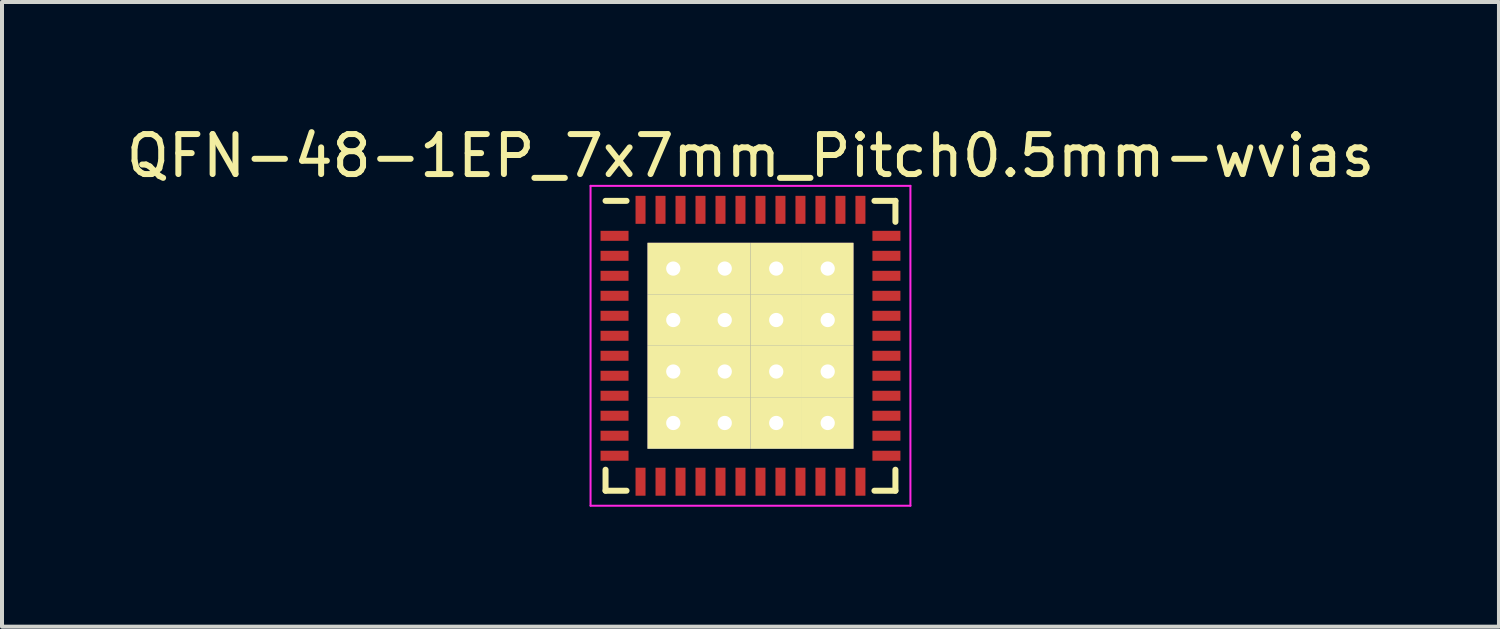
<source format=kicad_pcb>
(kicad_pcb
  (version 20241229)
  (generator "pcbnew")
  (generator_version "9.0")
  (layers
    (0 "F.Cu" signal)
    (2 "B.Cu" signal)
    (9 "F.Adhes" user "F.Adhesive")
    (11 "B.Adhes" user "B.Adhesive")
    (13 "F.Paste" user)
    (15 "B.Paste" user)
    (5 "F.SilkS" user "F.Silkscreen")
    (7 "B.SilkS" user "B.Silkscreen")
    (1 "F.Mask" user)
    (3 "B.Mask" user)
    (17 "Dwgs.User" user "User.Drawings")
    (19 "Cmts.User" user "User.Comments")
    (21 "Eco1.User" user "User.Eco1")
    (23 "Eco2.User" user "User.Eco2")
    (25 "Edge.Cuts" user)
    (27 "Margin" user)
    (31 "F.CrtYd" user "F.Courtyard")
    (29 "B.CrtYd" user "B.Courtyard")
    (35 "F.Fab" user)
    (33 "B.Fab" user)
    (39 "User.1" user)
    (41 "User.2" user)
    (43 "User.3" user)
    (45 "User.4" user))
  (footprint "QFN-48-1EP_7x7mm_Pitch0.5mm-wvias"
    (layer "F.Cu")
    (at 15.72 5.598)
    (property "Reference" "QFN-48-1EP_7x7mm_Pitch0.5mm-wvias" (at 0 -4.75 0) (layer "F.SilkS") (effects (font (size 1 1) (thickness 0.15))))
    (attr smd)
    (fp_line (start -3.625 -3.625) (end -3.1 -3.625) (stroke (width 0.15) (type solid)) (layer "F.SilkS"))
    (fp_line (start -3.625 3.625) (end -3.625 3.1) (stroke (width 0.15) (type solid)) (layer "F.SilkS"))
    (fp_line (start -3.625 3.625) (end -3.1 3.625) (stroke (width 0.15) (type solid)) (layer "F.SilkS"))
    (fp_line (start 3.625 -3.625) (end 3.1 -3.625) (stroke (width 0.15) (type solid)) (layer "F.SilkS"))
    (fp_line (start 3.625 -3.625) (end 3.625 -3.1) (stroke (width 0.15) (type solid)) (layer "F.SilkS"))
    (fp_line (start 3.625 3.625) (end 3.1 3.625) (stroke (width 0.15) (type solid)) (layer "F.SilkS"))
    (fp_line (start 3.625 3.625) (end 3.625 3.1) (stroke (width 0.15) (type solid)) (layer "F.SilkS"))
    (fp_line (start -4 -4) (end -4 4) (stroke (width 0.05) (type solid)) (layer "F.CrtYd"))
    (fp_line (start -4 -4) (end 4 -4) (stroke (width 0.05) (type solid)) (layer "F.CrtYd"))
    (fp_line (start -4 4) (end 4 4) (stroke (width 0.05) (type solid)) (layer "F.CrtYd"))
    (fp_line (start 4 -4) (end 4 4) (stroke (width 0.05) (type solid)) (layer "F.CrtYd"))
    (pad "1" smd rect (at -3.4 -2.75) (size 0.7 0.25) (layers "F.Cu" "F.Mask" "F.Paste"))
    (pad "2" smd rect (at -3.4 -2.25) (size 0.7 0.25) (layers "F.Cu" "F.Mask" "F.Paste"))
    (pad "3" smd rect (at -3.4 -1.75) (size 0.7 0.25) (layers "F.Cu" "F.Mask" "F.Paste"))
    (pad "4" smd rect (at -3.4 -1.25) (size 0.7 0.25) (layers "F.Cu" "F.Mask" "F.Paste"))
    (pad "5" smd rect (at -3.4 -0.75) (size 0.7 0.25) (layers "F.Cu" "F.Mask" "F.Paste"))
    (pad "6" smd rect (at -3.4 -0.25) (size 0.7 0.25) (layers "F.Cu" "F.Mask" "F.Paste"))
    (pad "7" smd rect (at -3.4 0.25) (size 0.7 0.25) (layers "F.Cu" "F.Mask" "F.Paste"))
    (pad "8" smd rect (at -3.4 0.75) (size 0.7 0.25) (layers "F.Cu" "F.Mask" "F.Paste"))
    (pad "9" smd rect (at -3.4 1.25) (size 0.7 0.25) (layers "F.Cu" "F.Mask" "F.Paste"))
    (pad "10" smd rect (at -3.4 1.75) (size 0.7 0.25) (layers "F.Cu" "F.Mask" "F.Paste"))
    (pad "11" smd rect (at -3.4 2.25) (size 0.7 0.25) (layers "F.Cu" "F.Mask" "F.Paste"))
    (pad "12" smd rect (at -3.4 2.75) (size 0.7 0.25) (layers "F.Cu" "F.Mask" "F.Paste"))
    (pad "13" smd rect (at -2.75 3.4 90) (size 0.7 0.25) (layers "F.Cu" "F.Mask" "F.Paste"))
    (pad "14" smd rect (at -2.25 3.4 90) (size 0.7 0.25) (layers "F.Cu" "F.Mask" "F.Paste"))
    (pad "15" smd rect (at -1.75 3.4 90) (size 0.7 0.25) (layers "F.Cu" "F.Mask" "F.Paste"))
    (pad "16" smd rect (at -1.25 3.4 90) (size 0.7 0.25) (layers "F.Cu" "F.Mask" "F.Paste"))
    (pad "17" smd rect (at -0.75 3.4 90) (size 0.7 0.25) (layers "F.Cu" "F.Mask" "F.Paste"))
    (pad "18" smd rect (at -0.25 3.4 90) (size 0.7 0.25) (layers "F.Cu" "F.Mask" "F.Paste"))
    (pad "19" smd rect (at 0.25 3.4 90) (size 0.7 0.25) (layers "F.Cu" "F.Mask" "F.Paste"))
    (pad "20" smd rect (at 0.75 3.4 90) (size 0.7 0.25) (layers "F.Cu" "F.Mask" "F.Paste"))
    (pad "21" smd rect (at 1.25 3.4 90) (size 0.7 0.25) (layers "F.Cu" "F.Mask" "F.Paste"))
    (pad "22" smd rect (at 1.75 3.4 90) (size 0.7 0.25) (layers "F.Cu" "F.Mask" "F.Paste"))
    (pad "23" smd rect (at 2.25 3.4 90) (size 0.7 0.25) (layers "F.Cu" "F.Mask" "F.Paste"))
    (pad "24" smd rect (at 2.75 3.4 90) (size 0.7 0.25) (layers "F.Cu" "F.Mask" "F.Paste"))
    (pad "25" smd rect (at 3.4 2.75) (size 0.7 0.25) (layers "F.Cu" "F.Mask" "F.Paste"))
    (pad "26" smd rect (at 3.4 2.25) (size 0.7 0.25) (layers "F.Cu" "F.Mask" "F.Paste"))
    (pad "27" smd rect (at 3.4 1.75) (size 0.7 0.25) (layers "F.Cu" "F.Mask" "F.Paste"))
    (pad "28" smd rect (at 3.4 1.25) (size 0.7 0.25) (layers "F.Cu" "F.Mask" "F.Paste"))
    (pad "29" smd rect (at 3.4 0.75) (size 0.7 0.25) (layers "F.Cu" "F.Mask" "F.Paste"))
    (pad "30" smd rect (at 3.4 0.25) (size 0.7 0.25) (layers "F.Cu" "F.Mask" "F.Paste"))
    (pad "31" smd rect (at 3.4 -0.25) (size 0.7 0.25) (layers "F.Cu" "F.Mask" "F.Paste"))
    (pad "32" smd rect (at 3.4 -0.75) (size 0.7 0.25) (layers "F.Cu" "F.Mask" "F.Paste"))
    (pad "33" smd rect (at 3.4 -1.25) (size 0.7 0.25) (layers "F.Cu" "F.Mask" "F.Paste"))
    (pad "34" smd rect (at 3.4 -1.75) (size 0.7 0.25) (layers "F.Cu" "F.Mask" "F.Paste"))
    (pad "35" smd rect (at 3.4 -2.25) (size 0.7 0.25) (layers "F.Cu" "F.Mask" "F.Paste"))
    (pad "36" smd rect (at 3.4 -2.75) (size 0.7 0.25) (layers "F.Cu" "F.Mask" "F.Paste"))
    (pad "37" smd rect (at 2.75 -3.4 90) (size 0.7 0.25) (layers "F.Cu" "F.Mask" "F.Paste"))
    (pad "38" smd rect (at 2.25 -3.4 90) (size 0.7 0.25) (layers "F.Cu" "F.Mask" "F.Paste"))
    (pad "39" smd rect (at 1.75 -3.4 90) (size 0.7 0.25) (layers "F.Cu" "F.Mask" "F.Paste"))
    (pad "40" smd rect (at 1.25 -3.4 90) (size 0.7 0.25) (layers "F.Cu" "F.Mask" "F.Paste"))
    (pad "41" smd rect (at 0.75 -3.4 90) (size 0.7 0.25) (layers "F.Cu" "F.Mask" "F.Paste"))
    (pad "42" smd rect (at 0.25 -3.4 90) (size 0.7 0.25) (layers "F.Cu" "F.Mask" "F.Paste"))
    (pad "43" smd rect (at -0.25 -3.4 90) (size 0.7 0.25) (layers "F.Cu" "F.Mask" "F.Paste"))
    (pad "44" smd rect (at -0.75 -3.4 90) (size 0.7 0.25) (layers "F.Cu" "F.Mask" "F.Paste"))
    (pad "45" smd rect (at -1.25 -3.4 90) (size 0.7 0.25) (layers "F.Cu" "F.Mask" "F.Paste"))
    (pad "46" smd rect (at -1.75 -3.4 90) (size 0.7 0.25) (layers "F.Cu" "F.Mask" "F.Paste"))
    (pad "47" smd rect (at -2.25 -3.4 90) (size 0.7 0.25) (layers "F.Cu" "F.Mask" "F.Paste"))
    (pad "48" smd rect (at -2.75 -3.4 90) (size 0.7 0.25) (layers "F.Cu" "F.Mask" "F.Paste"))
    (pad "49" thru_hole rect (at -1.931 -1.931) (size 1.288 1.288) (drill 0.356) (layers "*.Cu" "*.Mask" "F.SilkS"))
    (pad "49" thru_hole rect (at -1.931 -0.644) (size 1.288 1.288) (drill 0.356) (layers "*.Cu" "*.Mask" "F.SilkS"))
    (pad "49" thru_hole rect (at -1.931 0.644) (size 1.288 1.288) (drill 0.356) (layers "*.Cu" "*.Mask" "F.SilkS"))
    (pad "49" thru_hole rect (at -1.931 1.931) (size 1.288 1.288) (drill 0.356) (layers "*.Cu" "*.Mask" "F.SilkS"))
    (pad "49" thru_hole rect (at -0.644 -1.931) (size 1.288 1.288) (drill 0.356) (layers "*.Cu" "*.Mask" "F.SilkS"))
    (pad "49" thru_hole rect (at -0.644 -0.644) (size 1.288 1.288) (drill 0.356) (layers "*.Cu" "*.Mask" "F.SilkS"))
    (pad "49" thru_hole rect (at -0.644 0.644) (size 1.288 1.288) (drill 0.356) (layers "*.Cu" "*.Mask" "F.SilkS"))
    (pad "49" thru_hole rect (at -0.644 1.931) (size 1.288 1.288) (drill 0.356) (layers "*.Cu" "*.Mask" "F.SilkS"))
    (pad "49" thru_hole rect (at 0.644 -1.931) (size 1.288 1.288) (drill 0.356) (layers "*.Cu" "*.Mask" "F.SilkS"))
    (pad "49" thru_hole rect (at 0.644 -0.644) (size 1.288 1.288) (drill 0.356) (layers "*.Cu" "*.Mask" "F.SilkS"))
    (pad "49" thru_hole rect (at 0.644 0.644) (size 1.288 1.288) (drill 0.356) (layers "*.Cu" "*.Mask" "F.SilkS"))
    (pad "49" thru_hole rect (at 0.644 1.931) (size 1.288 1.288) (drill 0.356) (layers "*.Cu" "*.Mask" "F.SilkS"))
    (pad "49" thru_hole rect (at 1.931 -1.931) (size 1.288 1.288) (drill 0.356) (layers "*.Cu" "*.Mask" "F.SilkS"))
    (pad "49" thru_hole rect (at 1.931 -0.644) (size 1.288 1.288) (drill 0.356) (layers "*.Cu" "*.Mask" "F.SilkS"))
    (pad "49" thru_hole rect (at 1.931 0.644) (size 1.288 1.288) (drill 0.356) (layers "*.Cu" "*.Mask" "F.SilkS"))
    (pad "49" thru_hole rect (at 1.931 1.931) (size 1.288 1.288) (drill 0.356) (layers "*.Cu" "*.Mask" "F.SilkS")))
  (gr_rect
    (start -3 -3)
    (end 34.44 12.623)
    (stroke (width 0.1) (type default))
    (fill no)
    (layer "Edge.Cuts")))
</source>
